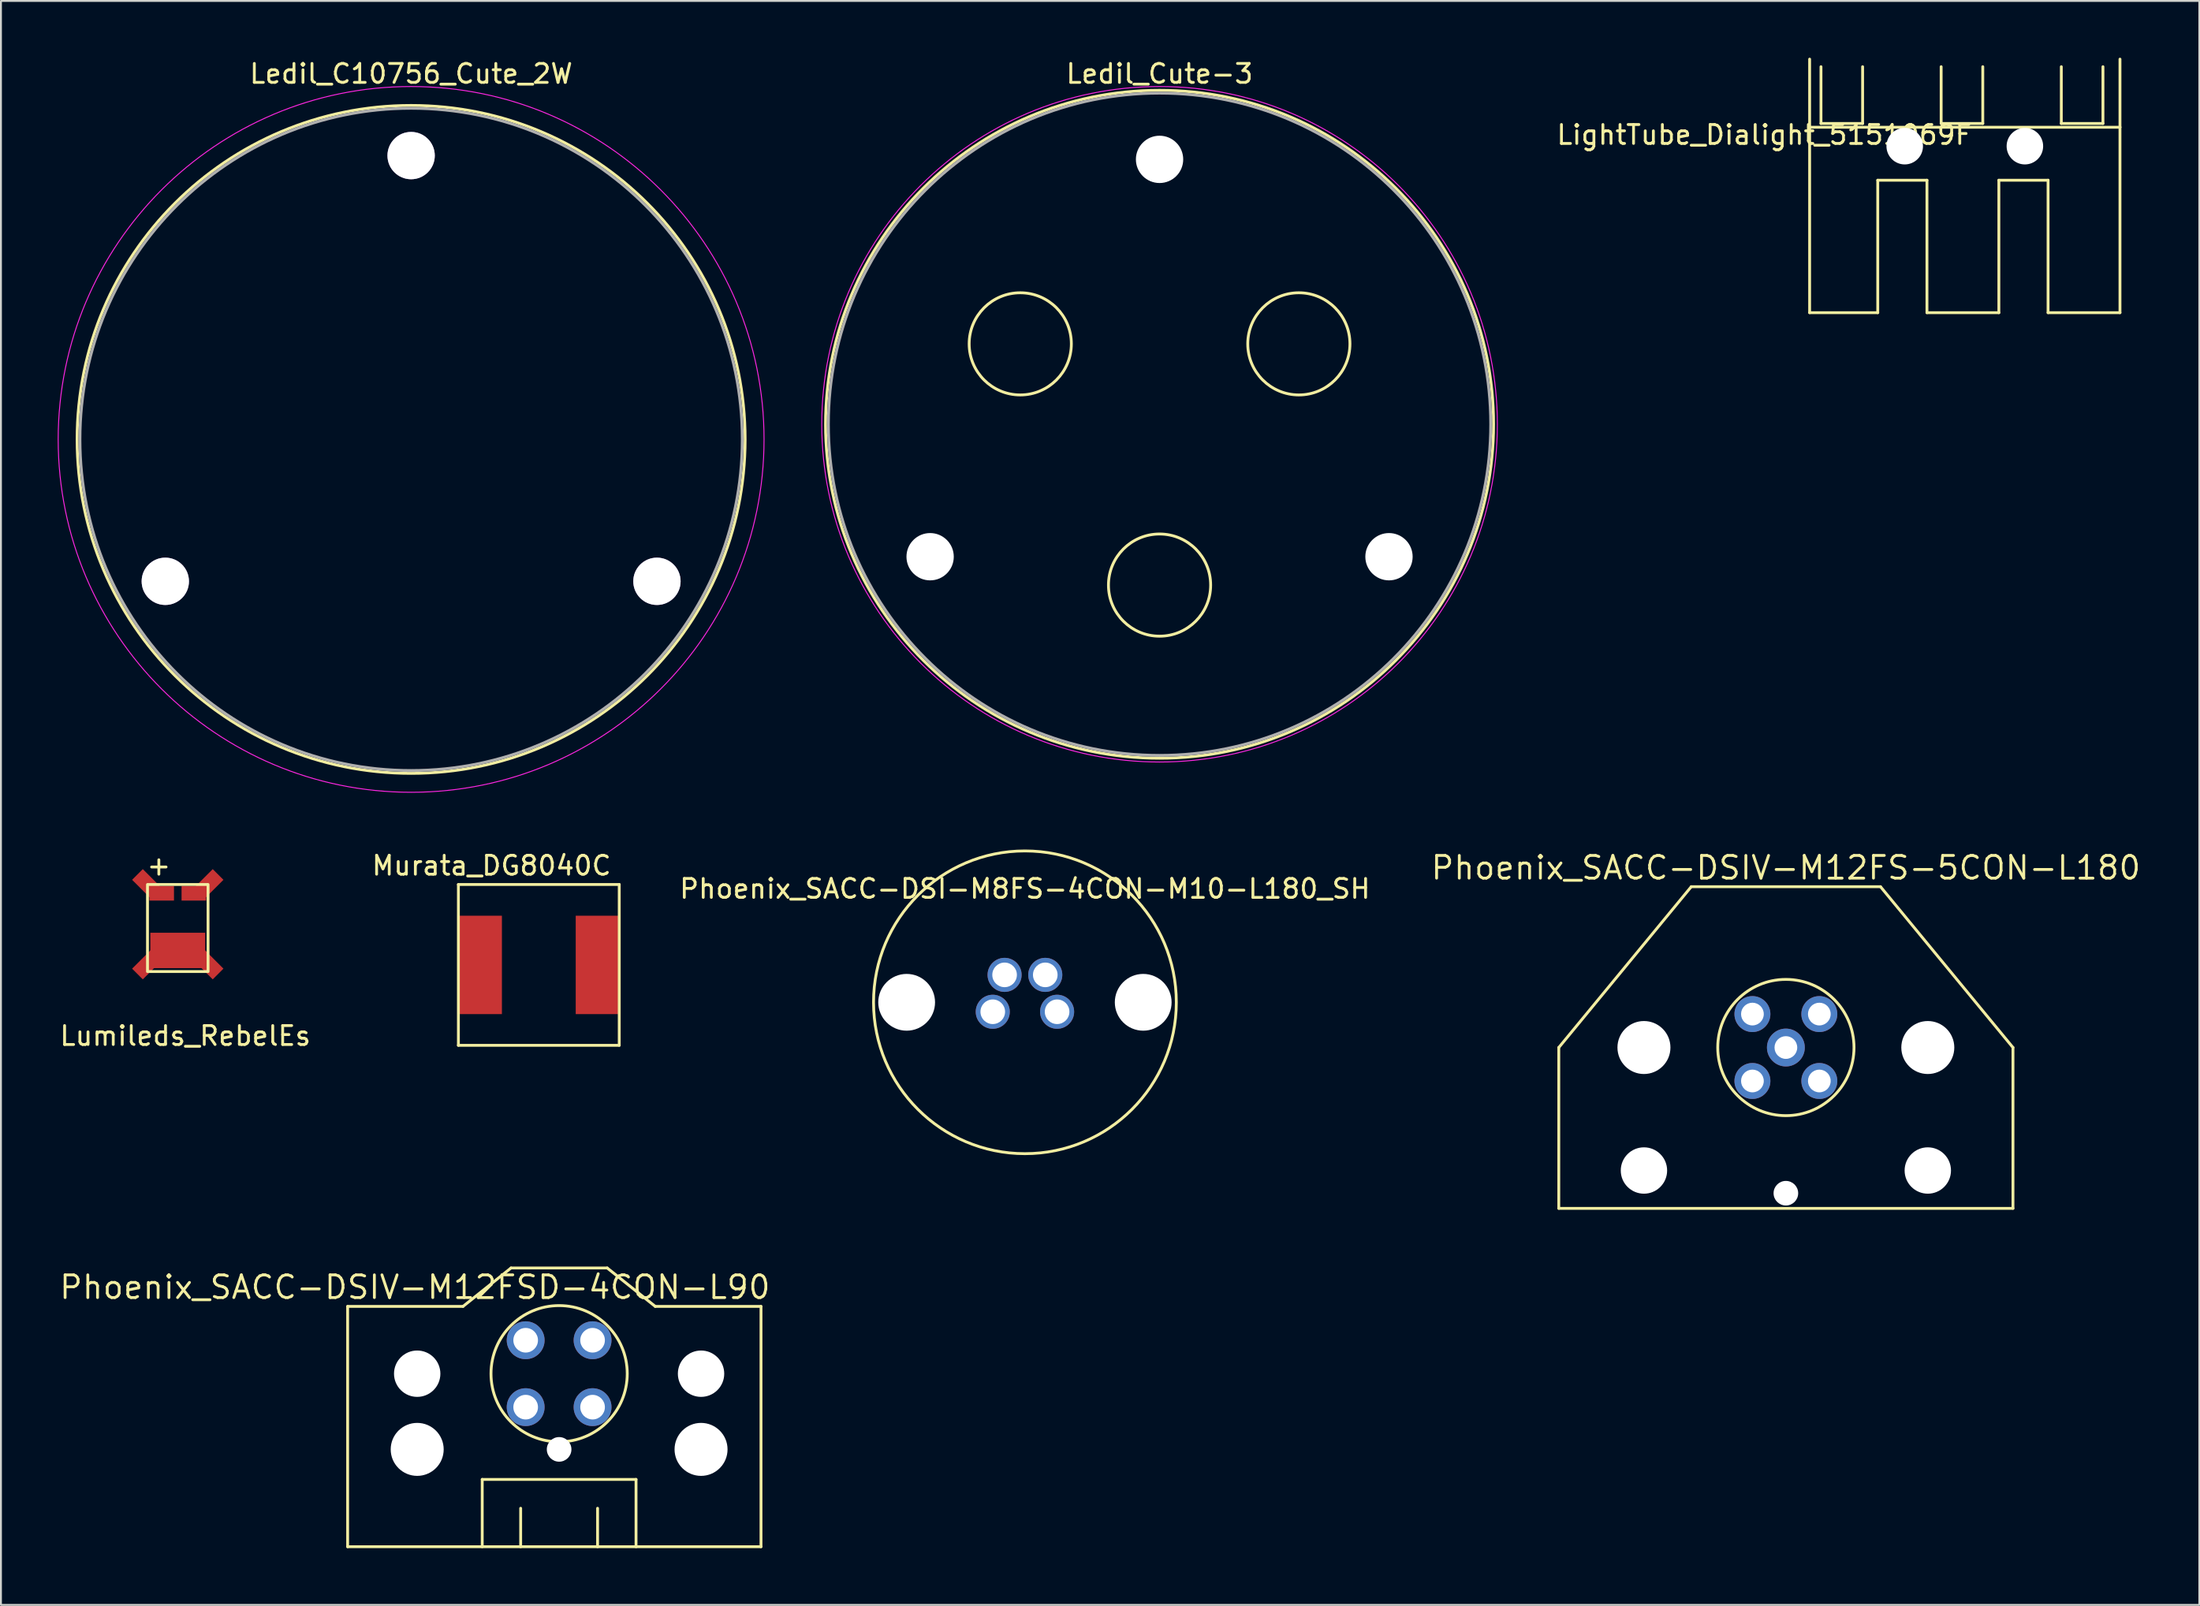
<source format=kicad_pcb>
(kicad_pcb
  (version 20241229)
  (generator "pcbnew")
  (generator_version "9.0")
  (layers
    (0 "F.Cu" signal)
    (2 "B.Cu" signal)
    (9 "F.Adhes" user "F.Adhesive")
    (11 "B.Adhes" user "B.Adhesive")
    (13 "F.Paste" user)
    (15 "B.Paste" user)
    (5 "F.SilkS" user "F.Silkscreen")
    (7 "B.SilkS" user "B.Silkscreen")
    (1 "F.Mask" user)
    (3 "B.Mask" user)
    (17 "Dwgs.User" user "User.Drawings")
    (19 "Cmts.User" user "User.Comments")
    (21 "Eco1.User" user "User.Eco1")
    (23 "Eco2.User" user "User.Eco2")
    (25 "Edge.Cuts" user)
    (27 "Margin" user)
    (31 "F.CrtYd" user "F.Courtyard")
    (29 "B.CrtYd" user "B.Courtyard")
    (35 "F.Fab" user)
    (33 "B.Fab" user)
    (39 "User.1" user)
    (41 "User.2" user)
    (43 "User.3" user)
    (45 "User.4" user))
  (footprint "LightTube_Dialight_5151069F"
    (layer "F.Cu")
    (at 100.777 4.675)
    (property "Reference" "LightTube_Dialight_5151069F" (at -10.6 -0.6 0) (layer "F.SilkS") (effects (font (size 1 1) (thickness 0.15))))
    (attr through_hole)
    (fp_line (start -8.2 -1) (end -8.2 -4.6) (stroke (width 0.15) (type solid)) (layer "F.SilkS"))
    (fp_line (start -8.2 -1) (end -8.2 8.8) (stroke (width 0.15) (type solid)) (layer "F.SilkS"))
    (fp_line (start -8.2 -1) (end 8.2 -1) (stroke (width 0.15) (type solid)) (layer "F.SilkS"))
    (fp_line (start -8.2 8.8) (end -4.6 8.8) (stroke (width 0.15) (type solid)) (layer "F.SilkS"))
    (fp_line (start -7.6 -4.2) (end -7.6 -1.2) (stroke (width 0.15) (type solid)) (layer "F.SilkS"))
    (fp_line (start -7.6 -1.2) (end -5.4 -1.2) (stroke (width 0.15) (type solid)) (layer "F.SilkS"))
    (fp_line (start -5.4 -1.2) (end -5.4 -4.2) (stroke (width 0.15) (type solid)) (layer "F.SilkS"))
    (fp_line (start -4.6 1.8) (end -2 1.8) (stroke (width 0.15) (type solid)) (layer "F.SilkS"))
    (fp_line (start -4.6 8.8) (end -4.6 1.8) (stroke (width 0.15) (type solid)) (layer "F.SilkS"))
    (fp_line (start -2 8.8) (end -2 1.8) (stroke (width 0.15) (type solid)) (layer "F.SilkS"))
    (fp_line (start -2 8.8) (end 1.8 8.8) (stroke (width 0.15) (type solid)) (layer "F.SilkS"))
    (fp_line (start -1.25 -4.2) (end -1.25 -1.2) (stroke (width 0.15) (type solid)) (layer "F.SilkS"))
    (fp_line (start -1.25 -1.2) (end 0.95 -1.2) (stroke (width 0.15) (type solid)) (layer "F.SilkS"))
    (fp_line (start 0.95 -1.2) (end 0.95 -4.2) (stroke (width 0.15) (type solid)) (layer "F.SilkS"))
    (fp_line (start 1.8 1.8) (end 4.4 1.8) (stroke (width 0.15) (type solid)) (layer "F.SilkS"))
    (fp_line (start 1.8 8.8) (end 1.8 1.8) (stroke (width 0.15) (type solid)) (layer "F.SilkS"))
    (fp_line (start 4.4 8.8) (end 4.4 1.8) (stroke (width 0.15) (type solid)) (layer "F.SilkS"))
    (fp_line (start 4.4 8.8) (end 8.2 8.8) (stroke (width 0.15) (type solid)) (layer "F.SilkS"))
    (fp_line (start 5.1 -4.2) (end 5.1 -1.2) (stroke (width 0.15) (type solid)) (layer "F.SilkS"))
    (fp_line (start 5.1 -1.2) (end 7.3 -1.2) (stroke (width 0.15) (type solid)) (layer "F.SilkS"))
    (fp_line (start 7.3 -1.2) (end 7.3 -4.2) (stroke (width 0.15) (type solid)) (layer "F.SilkS"))
    (fp_line (start 8.2 -1) (end 8.2 -4.6) (stroke (width 0.15) (type solid)) (layer "F.SilkS"))
    (fp_line (start 8.2 8.8) (end 8.2 -1) (stroke (width 0.15) (type solid)) (layer "F.SilkS"))
    (pad "" np_thru_hole circle (at -3.175 0) (size 1.93 1.93) (drill 1.93) (layers "*.Cu" "*.Mask"))
    (pad "" np_thru_hole circle (at 3.175 0) (size 1.93 1.93) (drill 1.93) (layers "*.Cu" "*.Mask")))
  (footprint "Phoenix_SACC-DSIV-M12FSD-4CON-L90"
    (layer "F.Cu")
    (at 26.496 69.552)
    (property "Reference" "Phoenix_SACC-DSIV-M12FSD-4CON-L90" (at -7.62 -4.572 0) (layer "F.SilkS") (effects (font (size 1.2 1.2) (thickness 0.15))))
    (attr through_hole)
    (fp_line (start -11.176 9.144) (end -11.176 -3.556) (stroke (width 0.15) (type solid)) (layer "F.SilkS"))
    (fp_line (start -5.08 -3.556) (end -11.176 -3.556) (stroke (width 0.15) (type solid)) (layer "F.SilkS"))
    (fp_line (start -4.064 5.588) (end 4.064 5.588) (stroke (width 0.15) (type solid)) (layer "F.SilkS"))
    (fp_line (start -4.064 9.144) (end -4.064 5.588) (stroke (width 0.15) (type solid)) (layer "F.SilkS"))
    (fp_line (start -2.54 -5.588) (end -5.08 -3.556) (stroke (width 0.15) (type solid)) (layer "F.SilkS"))
    (fp_line (start -2.032 9.144) (end -2.032 7.112) (stroke (width 0.15) (type solid)) (layer "F.SilkS"))
    (fp_line (start 2.032 9.144) (end 2.032 7.112) (stroke (width 0.15) (type solid)) (layer "F.SilkS"))
    (fp_line (start 2.54 -5.588) (end -2.54 -5.588) (stroke (width 0.15) (type solid)) (layer "F.SilkS"))
    (fp_line (start 4.064 5.588) (end 4.064 9.144) (stroke (width 0.15) (type solid)) (layer "F.SilkS"))
    (fp_line (start 5.08 -3.556) (end 2.54 -5.588) (stroke (width 0.15) (type solid)) (layer "F.SilkS"))
    (fp_line (start 10.668 -3.556) (end 5.08 -3.556) (stroke (width 0.15) (type solid)) (layer "F.SilkS"))
    (fp_line (start 10.668 -3.556) (end 10.668 9.144) (stroke (width 0.15) (type solid)) (layer "F.SilkS"))
    (fp_line (start 10.668 9.144) (end -11.176 9.144) (stroke (width 0.15) (type solid)) (layer "F.SilkS"))
    (fp_circle (center 0 0) (end 0 3.6) (stroke (width 0.15) (type solid)) (fill no) (layer "F.SilkS"))
    (pad "" np_thru_hole circle (at -7.5 0) (size 2.45 2.45) (drill 2.45) (layers "*.Cu" "*.Mask"))
    (pad "" np_thru_hole circle (at -7.5 4) (size 2.8 2.8) (drill 2.8) (layers "*.Cu" "*.Mask"))
    (pad "" np_thru_hole circle (at 0 4) (size 1.3 1.3) (drill 1.3) (layers "*.Cu" "*.Mask"))
    (pad "" np_thru_hole circle (at 7.5 0) (size 2.45 2.45) (drill 2.45) (layers "*.Cu" "*.Mask"))
    (pad "" np_thru_hole circle (at 7.5 4) (size 2.8 2.8) (drill 2.8) (layers "*.Cu" "*.Mask"))
    (pad "1" thru_hole circle (at -1.768 -1.768) (size 2 2) (drill 1.3) (layers "*.Cu" "*.Mask"))
    (pad "2" thru_hole circle (at 1.768 -1.768) (size 2 2) (drill 1.3) (layers "*.Cu" "*.Mask"))
    (pad "3" thru_hole circle (at 1.768 1.768) (size 2 2) (drill 1.3) (layers "*.Cu" "*.Mask"))
    (pad "4" thru_hole circle (at -1.768 1.768) (size 2 2) (drill 1.3) (layers "*.Cu" "*.Mask")))
  (footprint "Ledil_Cute-3"
    (layer "F.Cu")
    (at 58.225 19.373)
    (property "Reference" "Ledil_Cute-3" (at 0 -18.525 0) (layer "F.SilkS") (effects (font (size 1 1) (thickness 0.15))))
    (attr through_hole)
    (fp_circle (center -7.361 -4.25) (end -8.711 -1.912) (stroke (width 0.15) (type solid)) (fill no) (layer "F.SilkS"))
    (fp_circle (center 0 0) (end 0 17.65) (stroke (width 0.15) (type solid)) (fill no) (layer "F.SilkS"))
    (fp_circle (center 0 8.5) (end 2.7 8.5) (stroke (width 0.15) (type solid)) (fill no) (layer "F.SilkS"))
    (fp_circle (center 7.361 -4.25) (end 6.011 -6.588) (stroke (width 0.15) (type solid)) (fill no) (layer "F.SilkS"))
    (fp_circle (center 0 0) (end 0 17.85) (stroke (width 0.05) (type solid)) (fill no) (layer "F.CrtYd"))
    (fp_circle (center 0 0) (end 0 17.5) (stroke (width 0.15) (type solid)) (fill no) (layer "F.Fab"))
    (pad "" np_thru_hole circle (at -12.124 7) (size 2.5 2.5) (drill 2.5) (layers "*.Cu" "*.Mask"))
    (pad "" np_thru_hole circle (at 0 -14) (size 2.5 2.5) (drill 2.5) (layers "*.Cu" "*.Mask"))
    (pad "" np_thru_hole circle (at 12.124 7) (size 2.5 2.5) (drill 2.5) (layers "*.Cu" "*.Mask")))
  (footprint "Phoenix_SACC-DSI-M8FS-4CON-M10-L180_SH"
    (layer "F.Cu")
    (at 51.111 49.923)
    (property "Reference" "Phoenix_SACC-DSI-M8FS-4CON-M10-L180_SH" (at 0 -6 0) (layer "F.SilkS") (effects (font (size 1 1) (thickness 0.15))))
    (attr through_hole)
    (fp_circle (center 0 0) (end 8 0) (stroke (width 0.15) (type solid)) (fill no) (layer "F.SilkS"))
    (pad "" np_thru_hole circle (at -6.25 0) (size 3 3) (drill 3) (layers "*.Cu" "*.Mask"))
    (pad "" np_thru_hole circle (at 6.25 0) (size 3 3) (drill 3) (layers "*.Cu" "*.Mask"))
    (pad "1" thru_hole circle (at 1.7 0.5) (size 1.8 1.8) (drill 1.3) (layers "*.Cu" "*.Mask"))
    (pad "2" thru_hole circle (at 1.075 -1.45) (size 1.8 1.8) (drill 1.3) (layers "*.Cu" "*.Mask"))
    (pad "3" thru_hole circle (at -1.075 -1.45) (size 1.8 1.8) (drill 1.3) (layers "*.Cu" "*.Mask"))
    (pad "4" thru_hole circle (at -1.7 0.5) (size 1.8 1.8) (drill 1.3) (layers "*.Cu" "*.Mask")))
  (footprint "Lumileds_RebelEs"
    (layer "F.Cu")
    (at 6.344 46.697)
    (property "Reference" "Lumileds_RebelEs" (at 0.4 5 0) (layer "F.SilkS") (effects (font (size 1 1) (thickness 0.15))))
    (attr smd)
    (fp_line (start -1.6 1.6) (end -1.6 -3) (stroke (width 0.15) (type solid)) (layer "F.SilkS"))
    (fp_line (start -1.55 -3) (end 1.55 -3) (stroke (width 0.15) (type solid)) (layer "F.SilkS"))
    (fp_line (start 1.55 1.6) (end -1.55 1.6) (stroke (width 0.15) (type solid)) (layer "F.SilkS"))
    (fp_line (start 1.6 -3) (end 1.6 1.6) (stroke (width 0.15) (type solid)) (layer "F.SilkS"))
    (fp_text user "+" (at -1 -4 0) (layer "F.SilkS") (effects (font (size 1 1) (thickness 0.15))))
    (pad "1" smd rect (at 0.85 -2.535) (size 1.3 0.77) (layers "F.Cu" "F.Mask" "F.Paste"))
    (pad "1" smd rect (at 1.6 -3 45) (size 1.5 0.8) (layers "F.Cu" "F.Mask"))
    (pad "2" smd rect (at -1.6 -3 315) (size 1.5 0.8) (layers "F.Cu" "F.Mask"))
    (pad "2" smd rect (at -0.85 -2.535) (size 1.3 0.77) (layers "F.Cu" "F.Mask" "F.Paste"))
    (pad "3" smd rect (at -1.6 1.2 45) (size 1.5 0.8) (layers "F.Cu" "F.Mask"))
    (pad "3" smd rect (at 0 0.485) (size 2.9 1.87) (layers "F.Cu" "F.Mask" "F.Paste"))
    (pad "3" smd rect (at 1.6 1.2 315) (size 1.5 0.8) (layers "F.Cu" "F.Mask")))
  (footprint "Murata_DG8040C"
    (layer "F.Cu")
    (at 25.423 47.947)
    (property "Reference" "Murata_DG8040C" (at -2.5 -5.25 0) (layer "F.SilkS") (effects (font (size 1 1) (thickness 0.15))))
    (attr through_hole)
    (fp_line (start -4.25 -4.25) (end 4.25 -4.25) (stroke (width 0.15) (type solid)) (layer "F.SilkS"))
    (fp_line (start -4.25 4.25) (end -4.25 -4.25) (stroke (width 0.15) (type solid)) (layer "F.SilkS"))
    (fp_line (start 4.25 -4.25) (end 4.25 4.25) (stroke (width 0.15) (type solid)) (layer "F.SilkS"))
    (fp_line (start 4.25 4.25) (end -4.25 4.25) (stroke (width 0.15) (type solid)) (layer "F.SilkS"))
    (pad "1" smd rect (at -3.1 0) (size 2.3 5.2) (layers "F.Cu" "F.Mask" "F.Paste"))
    (pad "2" smd rect (at 3.1 0) (size 2.3 5.2) (layers "F.Cu" "F.Mask" "F.Paste")))
  (footprint "Ledil_C10756_Cute_2W"
    (layer "F.Cu")
    (at 18.675 20.173)
    (property "Reference" "Ledil_C10756_Cute_2W" (at 0 -19.325 0) (layer "F.SilkS") (effects (font (size 1 1) (thickness 0.15))))
    (attr through_hole)
    (fp_circle (center 0 0) (end 0 17.65) (stroke (width 0.15) (type solid)) (fill no) (layer "F.SilkS"))
    (fp_circle (center 0 0) (end 0 18.65) (stroke (width 0.05) (type solid)) (fill no) (layer "F.CrtYd"))
    (fp_circle (center 0 0) (end 0 17.5) (stroke (width 0.15) (type solid)) (fill no) (layer "F.Fab"))
    (pad "1" thru_hole oval (at 0 -15) (size 2.5 2.5) (drill 2.5) (layers "*.Cu" "*.Mask"))
    (pad "2" thru_hole oval (at 12.99 7.5) (size 2.5 2.5) (drill 2.5) (layers "*.Cu" "*.Mask"))
    (pad "3" thru_hole oval (at -12.99 7.5) (size 2.5 2.5) (drill 2.5) (layers "*.Cu" "*.Mask")))
  (footprint "Phoenix_SACC-DSIV-M12FS-5CON-L180"
    (layer "F.Cu")
    (at 91.322 52.313)
    (property "Reference" "Phoenix_SACC-DSIV-M12FS-5CON-L180" (at 0 -9.5 0) (layer "F.SilkS") (effects (font (size 1.2 1.2) (thickness 0.15))))
    (attr through_hole)
    (fp_line (start -12 0) (end -12 8.5) (stroke (width 0.15) (type solid)) (layer "F.SilkS"))
    (fp_line (start -12 8.5) (end 12 8.5) (stroke (width 0.15) (type solid)) (layer "F.SilkS"))
    (fp_line (start -5 -8.5) (end -12 0) (stroke (width 0.15) (type solid)) (layer "F.SilkS"))
    (fp_line (start 5 -8.5) (end -5 -8.5) (stroke (width 0.15) (type solid)) (layer "F.SilkS"))
    (fp_line (start 12 0) (end 5 -8.5) (stroke (width 0.15) (type solid)) (layer "F.SilkS"))
    (fp_line (start 12 8.5) (end 12 0) (stroke (width 0.15) (type solid)) (layer "F.SilkS"))
    (fp_circle (center 0 0) (end 0 3.6) (stroke (width 0.15) (type solid)) (fill no) (layer "F.SilkS"))
    (pad "" np_thru_hole circle (at -7.5 0) (size 2.8 2.8) (drill 2.8) (layers "*.Cu" "*.Mask"))
    (pad "" np_thru_hole circle (at -7.5 6.5) (size 2.45 2.45) (drill 2.45) (layers "*.Cu" "*.Mask"))
    (pad "" np_thru_hole circle (at 0 7.7) (size 1.3 1.3) (drill 1.3) (layers "*.Cu" "*.Mask"))
    (pad "" np_thru_hole circle (at 7.5 0) (size 2.8 2.8) (drill 2.8) (layers "*.Cu" "*.Mask"))
    (pad "" np_thru_hole circle (at 7.5 6.5) (size 2.45 2.45) (drill 2.45) (layers "*.Cu" "*.Mask"))
    (pad "1" thru_hole oval (at -1.768 -1.768) (size 1.9 1.9) (drill 1.2) (layers "*.Cu" "*.Mask"))
    (pad "2" thru_hole oval (at 1.768 -1.768) (size 1.9 1.9) (drill 1.2) (layers "*.Cu" "*.Mask"))
    (pad "3" thru_hole oval (at 1.768 1.768) (size 1.9 1.9) (drill 1.2) (layers "*.Cu" "*.Mask"))
    (pad "4" thru_hole oval (at -1.768 1.768) (size 1.9 1.9) (drill 1.2) (layers "*.Cu" "*.Mask"))
    (pad "5" thru_hole circle (at 0 0) (size 2 2) (drill 1.2) (layers "*.Cu" "*.Mask")))
  (gr_rect
    (start -3 -3)
    (end 113.17 81.77)
    (stroke (width 0.1) (type default))
    (fill no)
    (layer "Edge.Cuts")))
</source>
